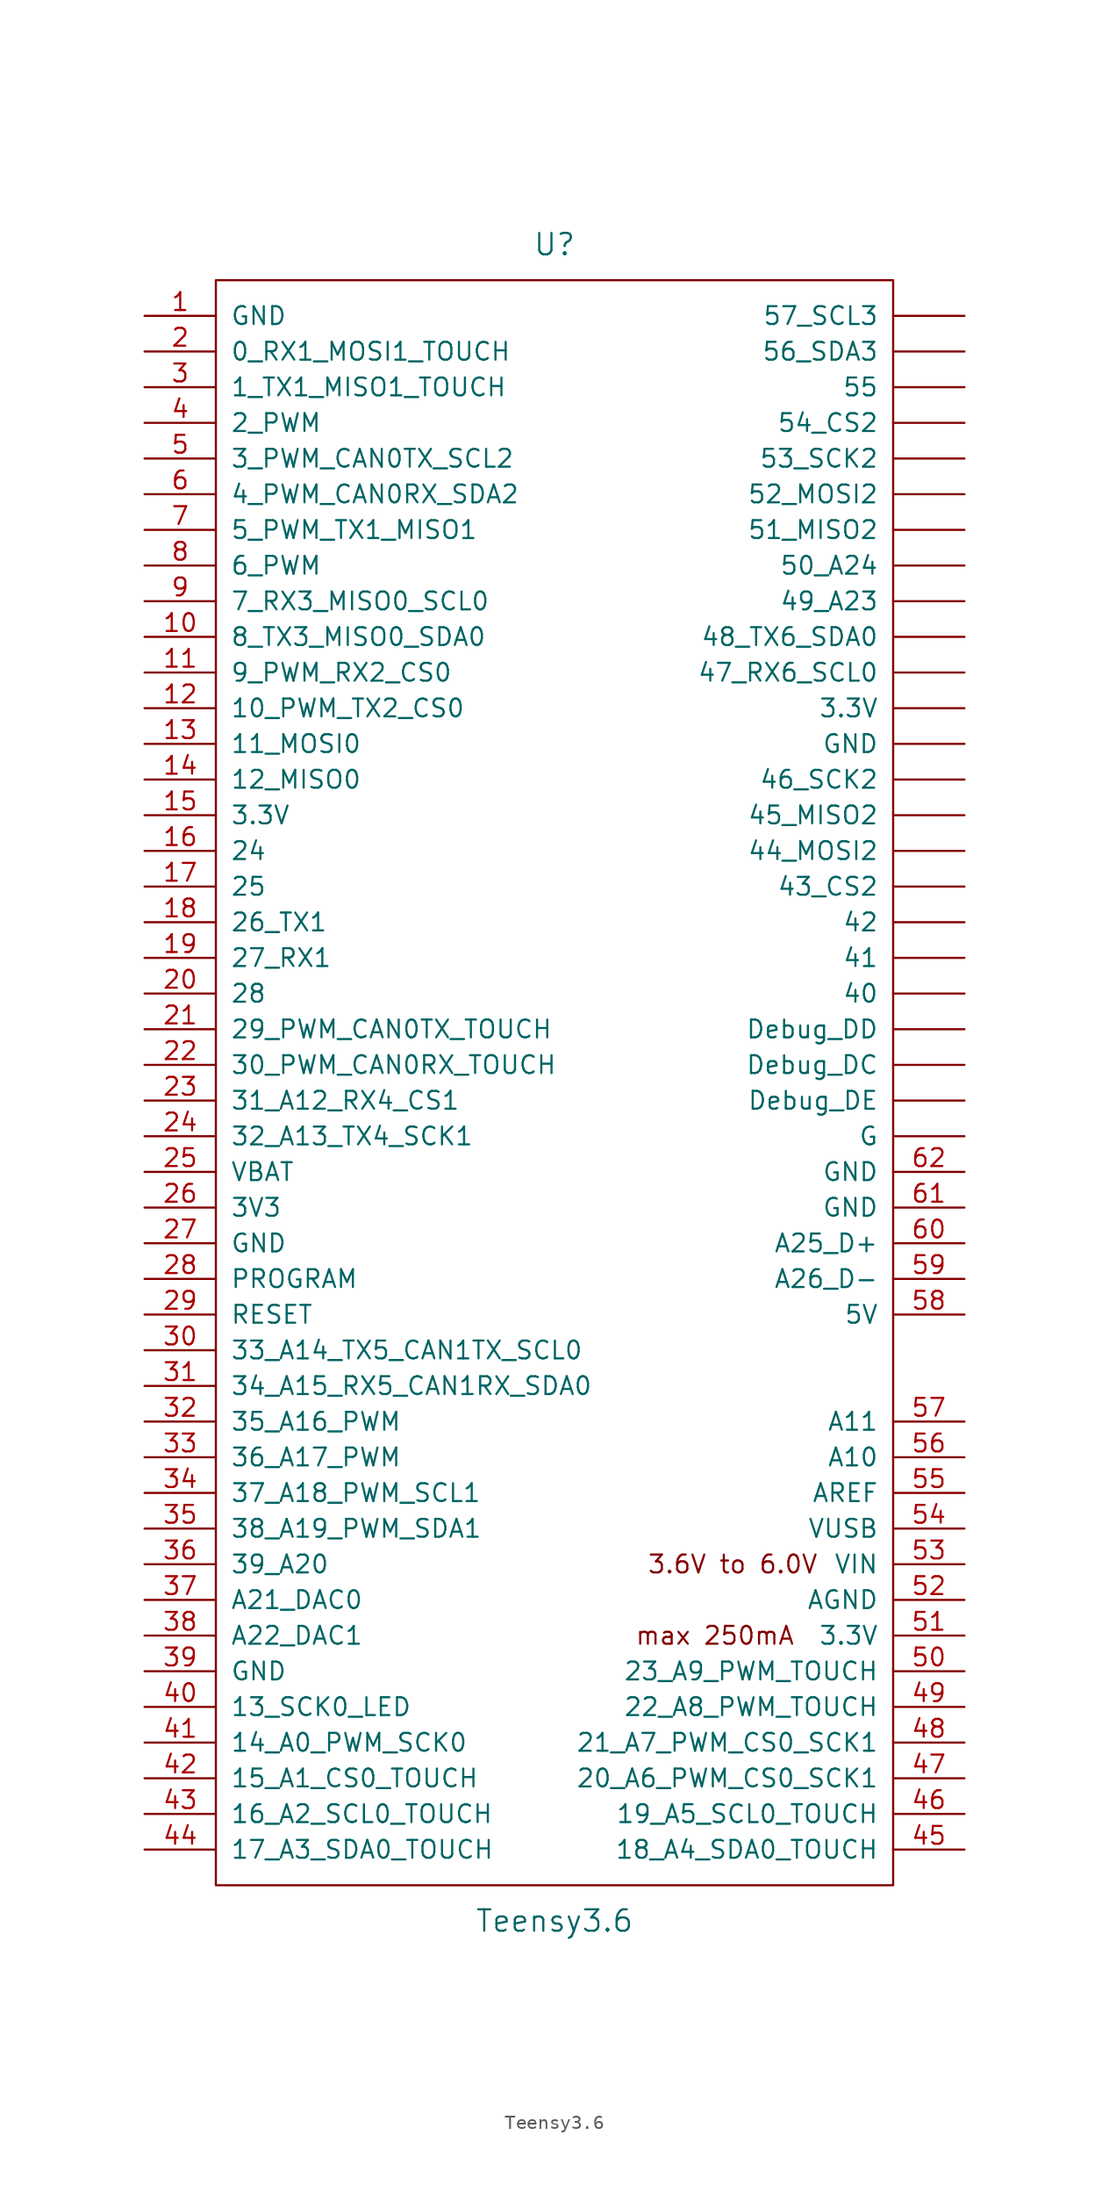
<source format=kicad_sym>
(kicad_symbol_lib
  (version 20211014)
  (generator kicad_symbol_editor)
  (symbol "Teensy3.6"
    (pin_names
      (offset 1.016))
    (property "Reference" "U"
      (at 0 59.69 0)
      (effects (font (size 1.524 1.524))))
    (property "Value" "Teensy3.6"
      (at 0 -59.69 0)
      (effects (font (size 1.524 1.524))))
    (property "Footprint" ""
      (at 0 1.27 0)
      (effects (font (size 1.524 1.524))))
    (property "Datasheet" ""
      (at 0 1.27 0)
      (effects (font (size 1.524 1.524))))
    (symbol "Teensy3.6_0_0"
      (rectangle (start -24.13 57.15) (end 24.13 -57.15) (stroke (width 0) (type default) (color 0 0 0 0)) (fill (type none)))
      (text "3.6V to 6.0V" (at 12.7 -34.29 0) (effects (font (size 1.27 1.27))))
      (text "max 250mA" (at 11.43 -39.37 0) (effects (font (size 1.27 1.27)))))
    (symbol "Teensy3.6_1_1"
      (pin power_in line (at -29.21 54.61 0) (length 5.08) (name "GND" (effects (font (size 1.27 1.27)))) (number "1" (effects (font (size 1.27 1.27)))))
      (pin bidirectional line (at -29.21 31.75 0) (length 5.08) (name "8_TX3_MISO0_SDA0" (effects (font (size 1.27 1.27)))) (number "10" (effects (font (size 1.27 1.27)))))
      (pin bidirectional line (at -29.21 29.21 0) (length 5.08) (name "9_PWM_RX2_CS0" (effects (font (size 1.27 1.27)))) (number "11" (effects (font (size 1.27 1.27)))))
      (pin bidirectional line (at -29.21 26.67 0) (length 5.08) (name "10_PWM_TX2_CS0" (effects (font (size 1.27 1.27)))) (number "12" (effects (font (size 1.27 1.27)))))
      (pin bidirectional line (at -29.21 24.13 0) (length 5.08) (name "11_MOSI0" (effects (font (size 1.27 1.27)))) (number "13" (effects (font (size 1.27 1.27)))))
      (pin bidirectional line (at -29.21 21.59 0) (length 5.08) (name "12_MISO0" (effects (font (size 1.27 1.27)))) (number "14" (effects (font (size 1.27 1.27)))))
      (pin power_in line (at -29.21 19.05 0) (length 5.08) (name "3.3V" (effects (font (size 1.27 1.27)))) (number "15" (effects (font (size 1.27 1.27)))))
      (pin bidirectional line (at -29.21 16.51 0) (length 5.08) (name "24" (effects (font (size 1.27 1.27)))) (number "16" (effects (font (size 1.27 1.27)))))
      (pin bidirectional line (at -29.21 13.97 0) (length 5.08) (name "25" (effects (font (size 1.27 1.27)))) (number "17" (effects (font (size 1.27 1.27)))))
      (pin bidirectional line (at -29.21 11.43 0) (length 5.08) (name "26_TX1" (effects (font (size 1.27 1.27)))) (number "18" (effects (font (size 1.27 1.27)))))
      (pin bidirectional line (at -29.21 8.89 0) (length 5.08) (name "27_RX1" (effects (font (size 1.27 1.27)))) (number "19" (effects (font (size 1.27 1.27)))))
      (pin bidirectional line (at -29.21 52.07 0) (length 5.08) (name "0_RX1_MOSI1_TOUCH" (effects (font (size 1.27 1.27)))) (number "2" (effects (font (size 1.27 1.27)))))
      (pin bidirectional line (at -29.21 6.35 0) (length 5.08) (name "28" (effects (font (size 1.27 1.27)))) (number "20" (effects (font (size 1.27 1.27)))))
      (pin bidirectional line (at -29.21 3.81 0) (length 5.08) (name "29_PWM_CAN0TX_TOUCH" (effects (font (size 1.27 1.27)))) (number "21" (effects (font (size 1.27 1.27)))))
      (pin bidirectional line (at -29.21 1.27 0) (length 5.08) (name "30_PWM_CAN0RX_TOUCH" (effects (font (size 1.27 1.27)))) (number "22" (effects (font (size 1.27 1.27)))))
      (pin bidirectional line (at -29.21 -1.27 0) (length 5.08) (name "31_A12_RX4_CS1" (effects (font (size 1.27 1.27)))) (number "23" (effects (font (size 1.27 1.27)))))
      (pin bidirectional line (at -29.21 -3.81 0) (length 5.08) (name "32_A13_TX4_SCK1" (effects (font (size 1.27 1.27)))) (number "24" (effects (font (size 1.27 1.27)))))
      (pin power_in line (at -29.21 -6.35 0) (length 5.08) (name "VBAT" (effects (font (size 1.27 1.27)))) (number "25" (effects (font (size 1.27 1.27)))))
      (pin power_in line (at -29.21 -8.89 0) (length 5.08) (name "3V3" (effects (font (size 1.27 1.27)))) (number "26" (effects (font (size 1.27 1.27)))))
      (pin power_in line (at -29.21 -11.43 0) (length 5.08) (name "GND" (effects (font (size 1.27 1.27)))) (number "27" (effects (font (size 1.27 1.27)))))
      (pin input line (at -29.21 -13.97 0) (length 5.08) (name "PROGRAM" (effects (font (size 1.27 1.27)))) (number "28" (effects (font (size 1.27 1.27)))))
      (pin input line (at -29.21 -16.51 0) (length 5.08) (name "RESET" (effects (font (size 1.27 1.27)))) (number "29" (effects (font (size 1.27 1.27)))))
      (pin bidirectional line (at -29.21 49.53 0) (length 5.08) (name "1_TX1_MISO1_TOUCH" (effects (font (size 1.27 1.27)))) (number "3" (effects (font (size 1.27 1.27)))))
      (pin bidirectional line (at -29.21 -19.05 0) (length 5.08) (name "33_A14_TX5_CAN1TX_SCL0" (effects (font (size 1.27 1.27)))) (number "30" (effects (font (size 1.27 1.27)))))
      (pin bidirectional line (at -29.21 -21.59 0) (length 5.08) (name "34_A15_RX5_CAN1RX_SDA0" (effects (font (size 1.27 1.27)))) (number "31" (effects (font (size 1.27 1.27)))))
      (pin bidirectional line (at -29.21 -24.13 0) (length 5.08) (name "35_A16_PWM" (effects (font (size 1.27 1.27)))) (number "32" (effects (font (size 1.27 1.27)))))
      (pin bidirectional line (at -29.21 -26.67 0) (length 5.08) (name "36_A17_PWM" (effects (font (size 1.27 1.27)))) (number "33" (effects (font (size 1.27 1.27)))))
      (pin bidirectional line (at -29.21 -29.21 0) (length 5.08) (name "37_A18_PWM_SCL1" (effects (font (size 1.27 1.27)))) (number "34" (effects (font (size 1.27 1.27)))))
      (pin bidirectional line (at -29.21 -31.75 0) (length 5.08) (name "38_A19_PWM_SDA1" (effects (font (size 1.27 1.27)))) (number "35" (effects (font (size 1.27 1.27)))))
      (pin bidirectional line (at -29.21 -34.29 0) (length 5.08) (name "39_A20" (effects (font (size 1.27 1.27)))) (number "36" (effects (font (size 1.27 1.27)))))
      (pin bidirectional line (at -29.21 -36.83 0) (length 5.08) (name "A21_DAC0" (effects (font (size 1.27 1.27)))) (number "37" (effects (font (size 1.27 1.27)))))
      (pin bidirectional line (at -29.21 -39.37 0) (length 5.08) (name "A22_DAC1" (effects (font (size 1.27 1.27)))) (number "38" (effects (font (size 1.27 1.27)))))
      (pin power_in line (at -29.21 -41.91 0) (length 5.08) (name "GND" (effects (font (size 1.27 1.27)))) (number "39" (effects (font (size 1.27 1.27)))))
      (pin bidirectional line (at -29.21 46.99 0) (length 5.08) (name "2_PWM" (effects (font (size 1.27 1.27)))) (number "4" (effects (font (size 1.27 1.27)))))
      (pin bidirectional line (at -29.21 -44.45 0) (length 5.08) (name "13_SCK0_LED" (effects (font (size 1.27 1.27)))) (number "40" (effects (font (size 1.27 1.27)))))
      (pin bidirectional line (at -29.21 -46.99 0) (length 5.08) (name "14_A0_PWM_SCK0" (effects (font (size 1.27 1.27)))) (number "41" (effects (font (size 1.27 1.27)))))
      (pin bidirectional line (at -29.21 -49.53 0) (length 5.08) (name "15_A1_CS0_TOUCH" (effects (font (size 1.27 1.27)))) (number "42" (effects (font (size 1.27 1.27)))))
      (pin bidirectional line (at -29.21 -52.07 0) (length 5.08) (name "16_A2_SCL0_TOUCH" (effects (font (size 1.27 1.27)))) (number "43" (effects (font (size 1.27 1.27)))))
      (pin bidirectional line (at -29.21 -54.61 0) (length 5.08) (name "17_A3_SDA0_TOUCH" (effects (font (size 1.27 1.27)))) (number "44" (effects (font (size 1.27 1.27)))))
      (pin bidirectional line (at 29.21 -54.61 180) (length 5.08) (name "18_A4_SDA0_TOUCH" (effects (font (size 1.27 1.27)))) (number "45" (effects (font (size 1.27 1.27)))))
      (pin bidirectional line (at 29.21 -52.07 180) (length 5.08) (name "19_A5_SCL0_TOUCH" (effects (font (size 1.27 1.27)))) (number "46" (effects (font (size 1.27 1.27)))))
      (pin bidirectional line (at 29.21 -49.53 180) (length 5.08) (name "20_A6_PWM_CS0_SCK1" (effects (font (size 1.27 1.27)))) (number "47" (effects (font (size 1.27 1.27)))))
      (pin bidirectional line (at 29.21 -46.99 180) (length 5.08) (name "21_A7_PWM_CS0_SCK1" (effects (font (size 1.27 1.27)))) (number "48" (effects (font (size 1.27 1.27)))))
      (pin bidirectional line (at 29.21 -44.45 180) (length 5.08) (name "22_A8_PWM_TOUCH" (effects (font (size 1.27 1.27)))) (number "49" (effects (font (size 1.27 1.27)))))
      (pin bidirectional line (at -29.21 44.45 0) (length 5.08) (name "3_PWM_CAN0TX_SCL2" (effects (font (size 1.27 1.27)))) (number "5" (effects (font (size 1.27 1.27)))))
      (pin bidirectional line (at 29.21 -41.91 180) (length 5.08) (name "23_A9_PWM_TOUCH" (effects (font (size 1.27 1.27)))) (number "50" (effects (font (size 1.27 1.27)))))
      (pin power_out line (at 29.21 -39.37 180) (length 5.08) (name "3.3V" (effects (font (size 1.27 1.27)))) (number "51" (effects (font (size 1.27 1.27)))))
      (pin power_out line (at 29.21 -36.83 180) (length 5.08) (name "AGND" (effects (font (size 1.27 1.27)))) (number "52" (effects (font (size 1.27 1.27)))))
      (pin power_in line (at 29.21 -34.29 180) (length 5.08) (name "VIN" (effects (font (size 1.27 1.27)))) (number "53" (effects (font (size 1.27 1.27)))))
      (pin power_in line (at 29.21 -31.75 180) (length 5.08) (name "VUSB" (effects (font (size 1.27 1.27)))) (number "54" (effects (font (size 1.27 1.27)))))
      (pin input line (at 29.21 -29.21 180) (length 5.08) (name "AREF" (effects (font (size 1.27 1.27)))) (number "55" (effects (font (size 1.27 1.27)))))
      (pin bidirectional line (at 29.21 -26.67 180) (length 5.08) (name "A10" (effects (font (size 1.27 1.27)))) (number "56" (effects (font (size 1.27 1.27)))))
      (pin bidirectional line (at 29.21 -24.13 180) (length 5.08) (name "A11" (effects (font (size 1.27 1.27)))) (number "57" (effects (font (size 1.27 1.27)))))
      (pin power_in line (at 29.21 -16.51 180) (length 5.08) (name "5V" (effects (font (size 1.27 1.27)))) (number "58" (effects (font (size 1.27 1.27)))))
      (pin bidirectional line (at 29.21 -13.97 180) (length 5.08) (name "A26_D-" (effects (font (size 1.27 1.27)))) (number "59" (effects (font (size 1.27 1.27)))))
      (pin bidirectional line (at -29.21 41.91 0) (length 5.08) (name "4_PWM_CAN0RX_SDA2" (effects (font (size 1.27 1.27)))) (number "6" (effects (font (size 1.27 1.27)))))
      (pin bidirectional line (at 29.21 -11.43 180) (length 5.08) (name "A25_D+" (effects (font (size 1.27 1.27)))) (number "60" (effects (font (size 1.27 1.27)))))
      (pin power_in line (at 29.21 -8.89 180) (length 5.08) (name "GND" (effects (font (size 1.27 1.27)))) (number "61" (effects (font (size 1.27 1.27)))))
      (pin power_in line (at 29.21 -6.35 180) (length 5.08) (name "GND" (effects (font (size 1.27 1.27)))) (number "62" (effects (font (size 1.27 1.27)))))
      (pin bidirectional line (at -29.21 39.37 0) (length 5.08) (name "5_PWM_TX1_MISO1" (effects (font (size 1.27 1.27)))) (number "7" (effects (font (size 1.27 1.27)))))
      (pin bidirectional line (at -29.21 36.83 0) (length 5.08) (name "6_PWM" (effects (font (size 1.27 1.27)))) (number "8" (effects (font (size 1.27 1.27)))))
      (pin bidirectional line (at -29.21 34.29 0) (length 5.08) (name "7_RX3_MISO0_SCL0" (effects (font (size 1.27 1.27)))) (number "9" (effects (font (size 1.27 1.27)))))
      (pin power_in line (at 29.21 26.67 180) (length 5.08) (name "3.3V" (effects (font (size 1.27 1.27)))) (number "~" (effects (font (size 1.27 1.27)))))
      (pin bidirectional line (at 29.21 6.35 180) (length 5.08) (name "40" (effects (font (size 1.27 1.27)))) (number "~" (effects (font (size 1.27 1.27)))))
      (pin bidirectional line (at 29.21 8.89 180) (length 5.08) (name "41" (effects (font (size 1.27 1.27)))) (number "~" (effects (font (size 1.27 1.27)))))
      (pin bidirectional line (at 29.21 11.43 180) (length 5.08) (name "42" (effects (font (size 1.27 1.27)))) (number "~" (effects (font (size 1.27 1.27)))))
      (pin bidirectional line (at 29.21 13.97 180) (length 5.08) (name "43_CS2" (effects (font (size 1.27 1.27)))) (number "~" (effects (font (size 1.27 1.27)))))
      (pin bidirectional line (at 29.21 16.51 180) (length 5.08) (name "44_MOSI2" (effects (font (size 1.27 1.27)))) (number "~" (effects (font (size 1.27 1.27)))))
      (pin bidirectional line (at 29.21 19.05 180) (length 5.08) (name "45_MISO2" (effects (font (size 1.27 1.27)))) (number "~" (effects (font (size 1.27 1.27)))))
      (pin bidirectional line (at 29.21 21.59 180) (length 5.08) (name "46_SCK2" (effects (font (size 1.27 1.27)))) (number "~" (effects (font (size 1.27 1.27)))))
      (pin bidirectional line (at 29.21 29.21 180) (length 5.08) (name "47_RX6_SCL0" (effects (font (size 1.27 1.27)))) (number "~" (effects (font (size 1.27 1.27)))))
      (pin bidirectional line (at 29.21 31.75 180) (length 5.08) (name "48_TX6_SDA0" (effects (font (size 1.27 1.27)))) (number "~" (effects (font (size 1.27 1.27)))))
      (pin bidirectional line (at 29.21 34.29 180) (length 5.08) (name "49_A23" (effects (font (size 1.27 1.27)))) (number "~" (effects (font (size 1.27 1.27)))))
      (pin bidirectional line (at 29.21 36.83 180) (length 5.08) (name "50_A24" (effects (font (size 1.27 1.27)))) (number "~" (effects (font (size 1.27 1.27)))))
      (pin bidirectional line (at 29.21 39.37 180) (length 5.08) (name "51_MISO2" (effects (font (size 1.27 1.27)))) (number "~" (effects (font (size 1.27 1.27)))))
      (pin bidirectional line (at 29.21 41.91 180) (length 5.08) (name "52_MOSI2" (effects (font (size 1.27 1.27)))) (number "~" (effects (font (size 1.27 1.27)))))
      (pin bidirectional line (at 29.21 44.45 180) (length 5.08) (name "53_SCK2" (effects (font (size 1.27 1.27)))) (number "~" (effects (font (size 1.27 1.27)))))
      (pin bidirectional line (at 29.21 46.99 180) (length 5.08) (name "54_CS2" (effects (font (size 1.27 1.27)))) (number "~" (effects (font (size 1.27 1.27)))))
      (pin bidirectional line (at 29.21 49.53 180) (length 5.08) (name "55" (effects (font (size 1.27 1.27)))) (number "~" (effects (font (size 1.27 1.27)))))
      (pin bidirectional line (at 29.21 52.07 180) (length 5.08) (name "56_SDA3" (effects (font (size 1.27 1.27)))) (number "~" (effects (font (size 1.27 1.27)))))
      (pin bidirectional line (at 29.21 54.61 180) (length 5.08) (name "57_SCL3" (effects (font (size 1.27 1.27)))) (number "~" (effects (font (size 1.27 1.27)))))
      (pin input line (at 29.21 1.27 180) (length 5.08) (name "Debug_DC" (effects (font (size 1.27 1.27)))) (number "~" (effects (font (size 1.27 1.27)))))
      (pin input line (at 29.21 3.81 180) (length 5.08) (name "Debug_DD" (effects (font (size 1.27 1.27)))) (number "~" (effects (font (size 1.27 1.27)))))
      (pin input line (at 29.21 -1.27 180) (length 5.08) (name "Debug_DE" (effects (font (size 1.27 1.27)))) (number "~" (effects (font (size 1.27 1.27)))))
      (pin power_in line (at 29.21 -3.81 180) (length 5.08) (name "G" (effects (font (size 1.27 1.27)))) (number "~" (effects (font (size 1.27 1.27)))))
      (pin power_in line (at 29.21 24.13 180) (length 5.08) (name "GND" (effects (font (size 1.27 1.27)))) (number "~" (effects (font (size 1.27 1.27))))))))
</source>
